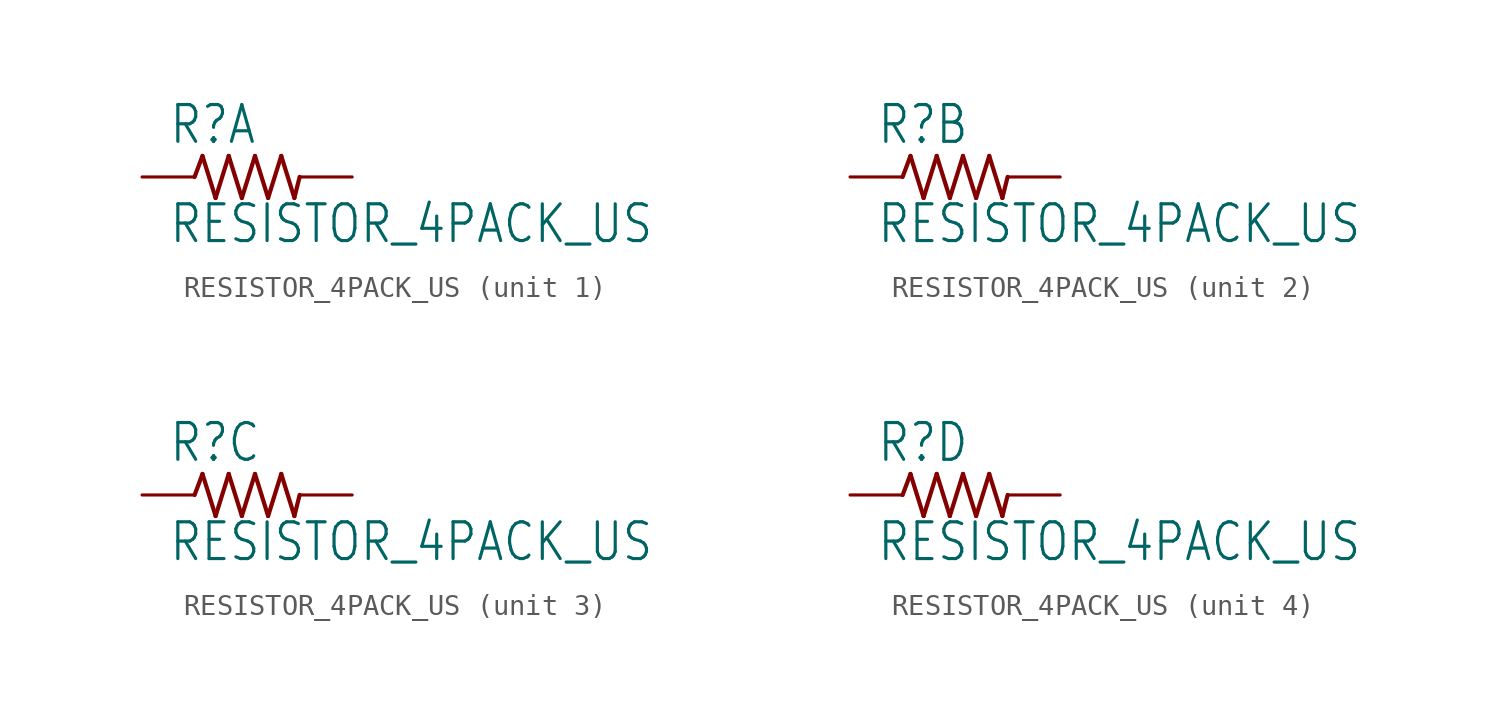
<source format=kicad_sym>
(kicad_symbol_lib
  (version 20211014)
  (generator kicad_symbol_editor)
  (symbol "RESISTOR_4PACK_US"
    (property "Reference" "R"
      (at -3.81 1.499 0)
      (effects (font (size 1.778 1.511)) (justify left bottom)))
    (property "Value" "RESISTOR_4PACK_US"
      (at -3.81 -3.302 0)
      (effects (font (size 1.778 1.511)) (justify left bottom)))
    (property "ki_locked" ""
      (at 0 0 0)
      (effects (font (size 1.27 1.27))))
    (symbol "RESISTOR_4PACK_US_1_0"
      (polyline (pts (xy -2.54 0) (xy -2.159 1.016)) (stroke (width 0.203) (type default) (color 0 0 0 0)) (fill (type none)))
      (polyline (pts (xy -2.159 1.016) (xy -1.524 -1.016)) (stroke (width 0.203) (type default) (color 0 0 0 0)) (fill (type none)))
      (polyline (pts (xy -1.524 -1.016) (xy -0.889 1.016)) (stroke (width 0.203) (type default) (color 0 0 0 0)) (fill (type none)))
      (polyline (pts (xy -0.889 1.016) (xy -0.254 -1.016)) (stroke (width 0.203) (type default) (color 0 0 0 0)) (fill (type none)))
      (polyline (pts (xy -0.254 -1.016) (xy 0.381 1.016)) (stroke (width 0.203) (type default) (color 0 0 0 0)) (fill (type none)))
      (polyline (pts (xy 0.381 1.016) (xy 1.016 -1.016)) (stroke (width 0.203) (type default) (color 0 0 0 0)) (fill (type none)))
      (polyline (pts (xy 1.016 -1.016) (xy 1.651 1.016)) (stroke (width 0.203) (type default) (color 0 0 0 0)) (fill (type none)))
      (polyline (pts (xy 1.651 1.016) (xy 2.286 -1.016)) (stroke (width 0.203) (type default) (color 0 0 0 0)) (fill (type none)))
      (polyline (pts (xy 2.286 -1.016) (xy 2.54 0)) (stroke (width 0.203) (type default) (color 0 0 0 0)) (fill (type none)))
      (pin passive line (at -5.08 0 0) (length 2.54) (name "1" (effects (font (size 0 0)))) (number "1" (effects (font (size 0 0)))))
      (pin passive line (at 5.08 0 180) (length 2.54) (name "2" (effects (font (size 0 0)))) (number "8" (effects (font (size 0 0))))))
    (symbol "RESISTOR_4PACK_US_2_0"
      (polyline (pts (xy -2.54 0) (xy -2.159 1.016)) (stroke (width 0.203) (type default) (color 0 0 0 0)) (fill (type none)))
      (polyline (pts (xy -2.159 1.016) (xy -1.524 -1.016)) (stroke (width 0.203) (type default) (color 0 0 0 0)) (fill (type none)))
      (polyline (pts (xy -1.524 -1.016) (xy -0.889 1.016)) (stroke (width 0.203) (type default) (color 0 0 0 0)) (fill (type none)))
      (polyline (pts (xy -0.889 1.016) (xy -0.254 -1.016)) (stroke (width 0.203) (type default) (color 0 0 0 0)) (fill (type none)))
      (polyline (pts (xy -0.254 -1.016) (xy 0.381 1.016)) (stroke (width 0.203) (type default) (color 0 0 0 0)) (fill (type none)))
      (polyline (pts (xy 0.381 1.016) (xy 1.016 -1.016)) (stroke (width 0.203) (type default) (color 0 0 0 0)) (fill (type none)))
      (polyline (pts (xy 1.016 -1.016) (xy 1.651 1.016)) (stroke (width 0.203) (type default) (color 0 0 0 0)) (fill (type none)))
      (polyline (pts (xy 1.651 1.016) (xy 2.286 -1.016)) (stroke (width 0.203) (type default) (color 0 0 0 0)) (fill (type none)))
      (polyline (pts (xy 2.286 -1.016) (xy 2.54 0)) (stroke (width 0.203) (type default) (color 0 0 0 0)) (fill (type none)))
      (pin passive line (at -5.08 0 0) (length 2.54) (name "1" (effects (font (size 0 0)))) (number "2" (effects (font (size 0 0)))))
      (pin passive line (at 5.08 0 180) (length 2.54) (name "2" (effects (font (size 0 0)))) (number "7" (effects (font (size 0 0))))))
    (symbol "RESISTOR_4PACK_US_3_0"
      (polyline (pts (xy -2.54 0) (xy -2.159 1.016)) (stroke (width 0.203) (type default) (color 0 0 0 0)) (fill (type none)))
      (polyline (pts (xy -2.159 1.016) (xy -1.524 -1.016)) (stroke (width 0.203) (type default) (color 0 0 0 0)) (fill (type none)))
      (polyline (pts (xy -1.524 -1.016) (xy -0.889 1.016)) (stroke (width 0.203) (type default) (color 0 0 0 0)) (fill (type none)))
      (polyline (pts (xy -0.889 1.016) (xy -0.254 -1.016)) (stroke (width 0.203) (type default) (color 0 0 0 0)) (fill (type none)))
      (polyline (pts (xy -0.254 -1.016) (xy 0.381 1.016)) (stroke (width 0.203) (type default) (color 0 0 0 0)) (fill (type none)))
      (polyline (pts (xy 0.381 1.016) (xy 1.016 -1.016)) (stroke (width 0.203) (type default) (color 0 0 0 0)) (fill (type none)))
      (polyline (pts (xy 1.016 -1.016) (xy 1.651 1.016)) (stroke (width 0.203) (type default) (color 0 0 0 0)) (fill (type none)))
      (polyline (pts (xy 1.651 1.016) (xy 2.286 -1.016)) (stroke (width 0.203) (type default) (color 0 0 0 0)) (fill (type none)))
      (polyline (pts (xy 2.286 -1.016) (xy 2.54 0)) (stroke (width 0.203) (type default) (color 0 0 0 0)) (fill (type none)))
      (pin passive line (at -5.08 0 0) (length 2.54) (name "1" (effects (font (size 0 0)))) (number "3" (effects (font (size 0 0)))))
      (pin passive line (at 5.08 0 180) (length 2.54) (name "2" (effects (font (size 0 0)))) (number "6" (effects (font (size 0 0))))))
    (symbol "RESISTOR_4PACK_US_4_0"
      (polyline (pts (xy -2.54 0) (xy -2.159 1.016)) (stroke (width 0.203) (type default) (color 0 0 0 0)) (fill (type none)))
      (polyline (pts (xy -2.159 1.016) (xy -1.524 -1.016)) (stroke (width 0.203) (type default) (color 0 0 0 0)) (fill (type none)))
      (polyline (pts (xy -1.524 -1.016) (xy -0.889 1.016)) (stroke (width 0.203) (type default) (color 0 0 0 0)) (fill (type none)))
      (polyline (pts (xy -0.889 1.016) (xy -0.254 -1.016)) (stroke (width 0.203) (type default) (color 0 0 0 0)) (fill (type none)))
      (polyline (pts (xy -0.254 -1.016) (xy 0.381 1.016)) (stroke (width 0.203) (type default) (color 0 0 0 0)) (fill (type none)))
      (polyline (pts (xy 0.381 1.016) (xy 1.016 -1.016)) (stroke (width 0.203) (type default) (color 0 0 0 0)) (fill (type none)))
      (polyline (pts (xy 1.016 -1.016) (xy 1.651 1.016)) (stroke (width 0.203) (type default) (color 0 0 0 0)) (fill (type none)))
      (polyline (pts (xy 1.651 1.016) (xy 2.286 -1.016)) (stroke (width 0.203) (type default) (color 0 0 0 0)) (fill (type none)))
      (polyline (pts (xy 2.286 -1.016) (xy 2.54 0)) (stroke (width 0.203) (type default) (color 0 0 0 0)) (fill (type none)))
      (pin passive line (at -5.08 0 0) (length 2.54) (name "1" (effects (font (size 0 0)))) (number "4" (effects (font (size 0 0)))))
      (pin passive line (at 5.08 0 180) (length 2.54) (name "2" (effects (font (size 0 0)))) (number "5" (effects (font (size 0 0))))))))
</source>
